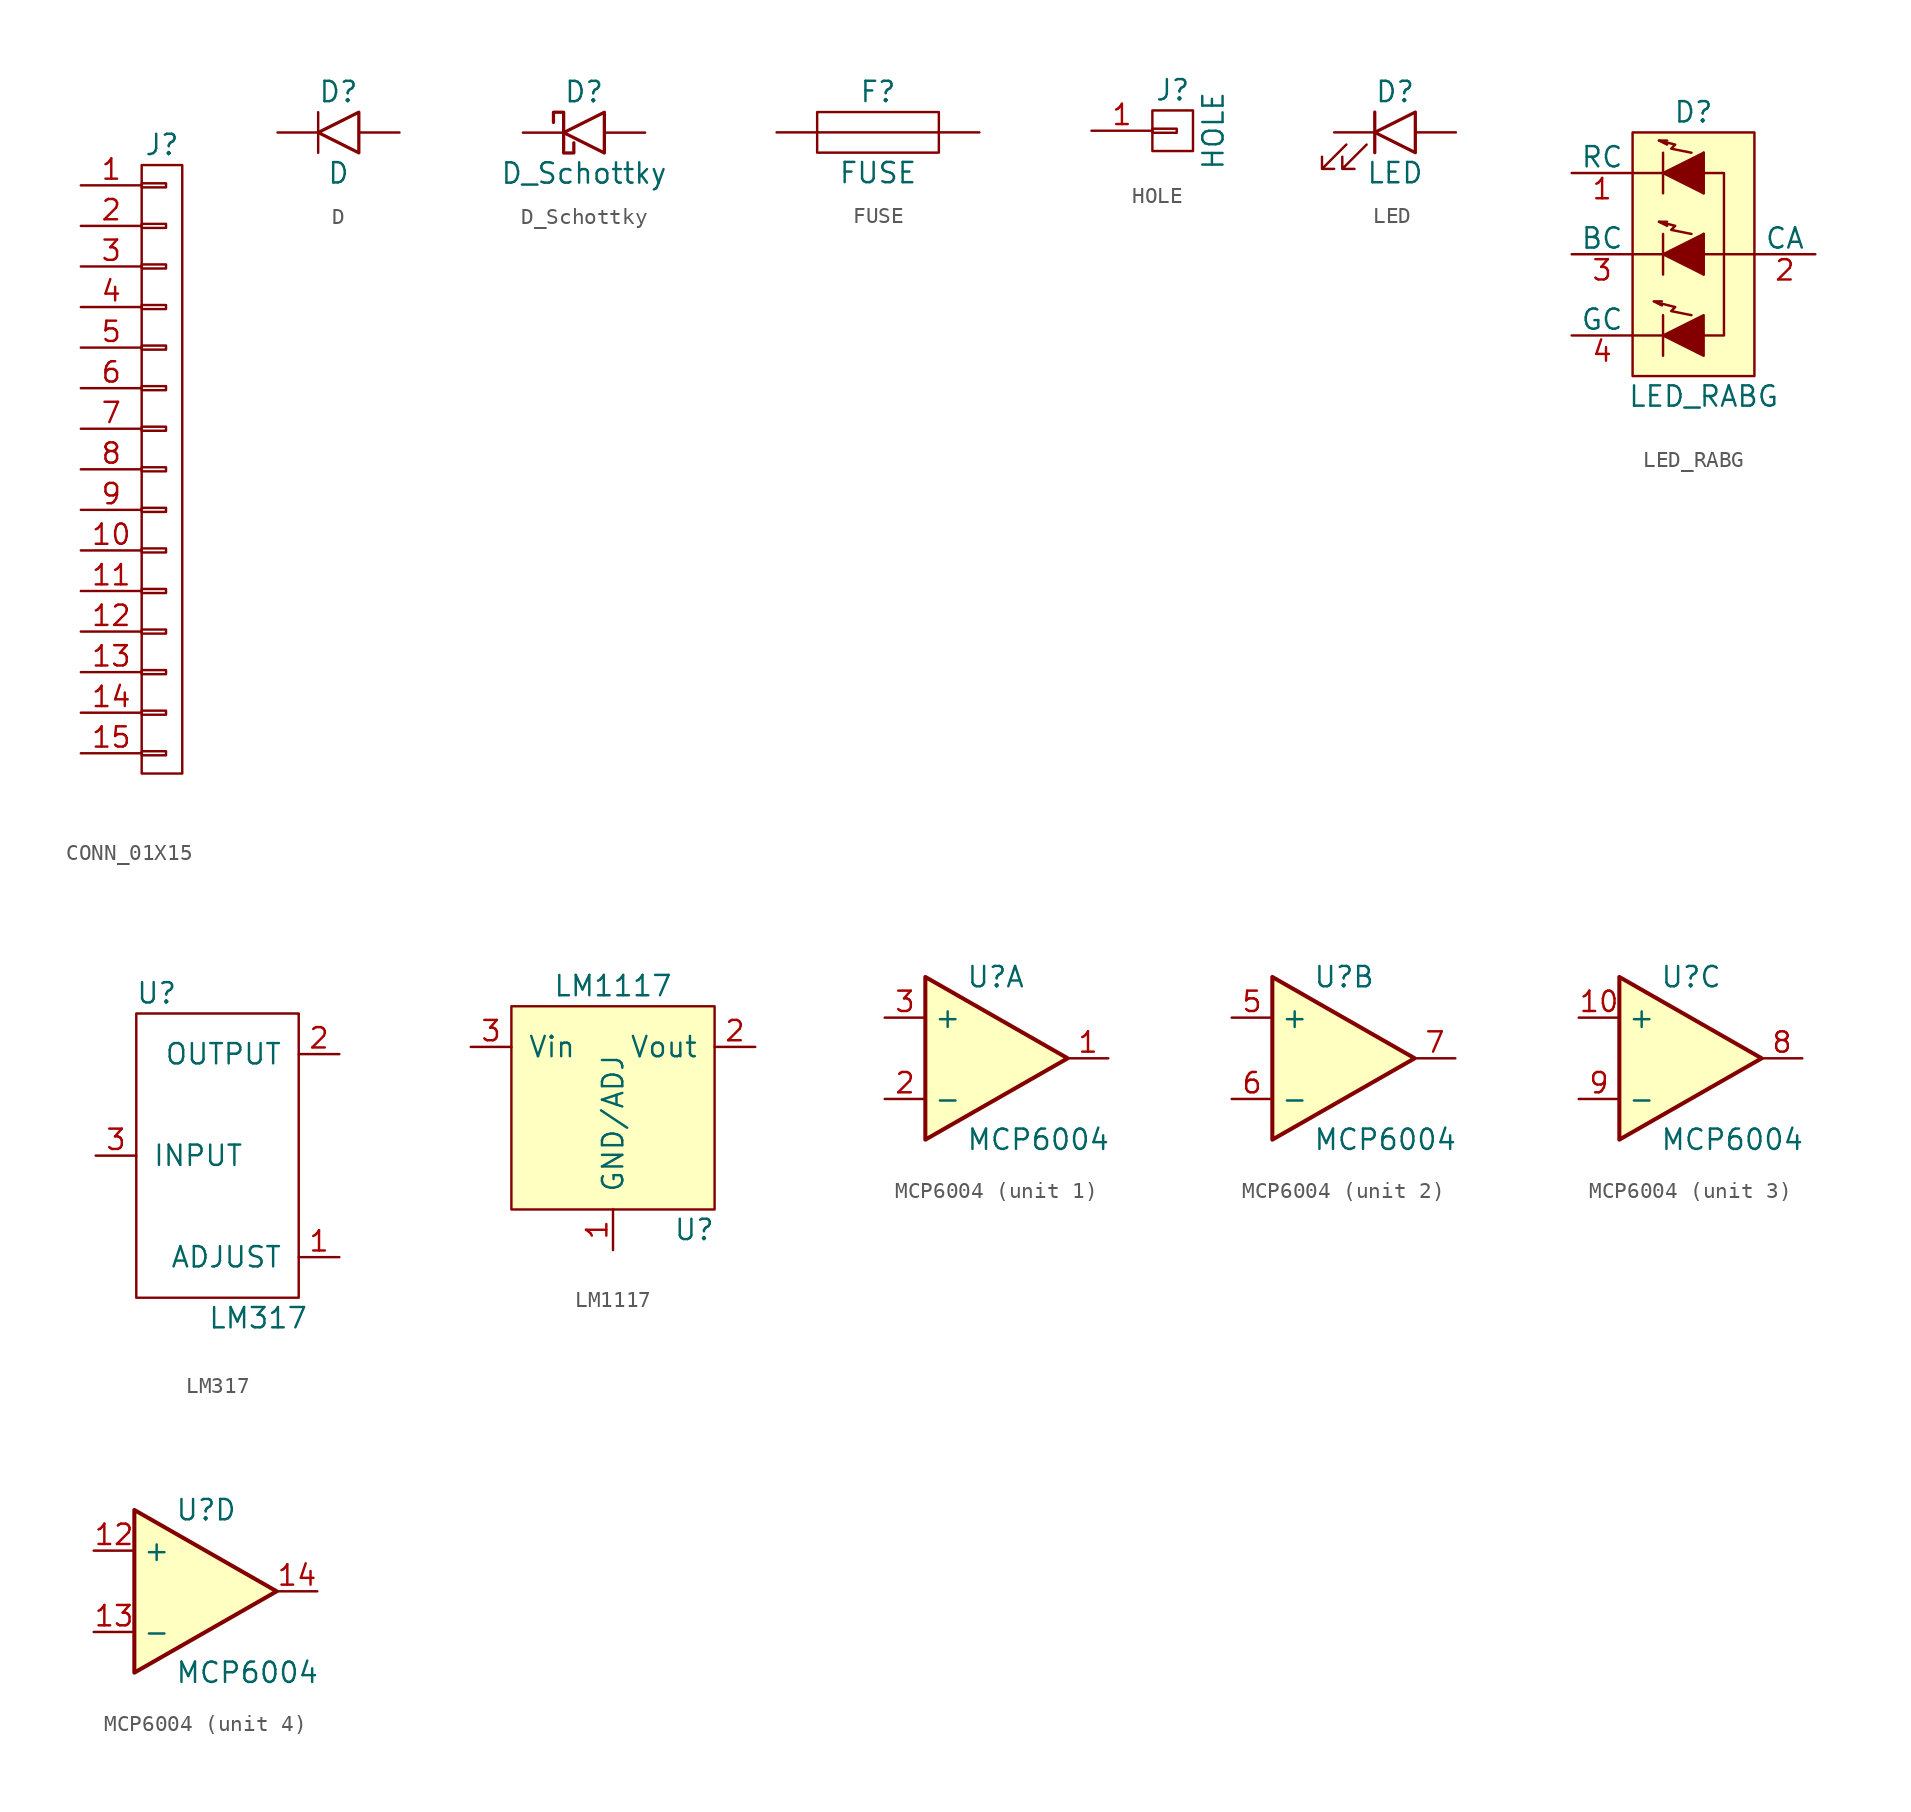
<source format=kicad_sym>
(kicad_symbol_lib
  (version 20211014)
  (generator kicad_symbol_editor)
  (symbol "CONN_01X15"
    (pin_names
      (offset 1.016) hide)
    (property "Reference" "J"
      (at 0 20.32 0)
      (effects (font (size 1.27 1.27))))
    (symbol "CONN_01X15_0_1"
      (rectangle (start -1.27 10.287) (end 0.254 10.033) (stroke (width 0) (type default) (color 0 0 0 0)) (fill (type none)))
      (rectangle (start -1.27 12.827) (end 0.254 12.573) (stroke (width 0) (type default) (color 0 0 0 0)) (fill (type none)))
      (rectangle (start -1.27 19.05) (end 1.27 -19.05) (stroke (width 0) (type default) (color 0 0 0 0)) (fill (type none))))
    (symbol "CONN_01X15_1_1"
      (rectangle (start -1.27 -17.653) (end 0.254 -17.907) (stroke (width 0) (type default) (color 0 0 0 0)) (fill (type none)))
      (rectangle (start -1.27 -15.113) (end 0.254 -15.367) (stroke (width 0) (type default) (color 0 0 0 0)) (fill (type none)))
      (rectangle (start -1.27 -12.573) (end 0.254 -12.827) (stroke (width 0) (type default) (color 0 0 0 0)) (fill (type none)))
      (rectangle (start -1.27 -10.033) (end 0.254 -10.287) (stroke (width 0) (type default) (color 0 0 0 0)) (fill (type none)))
      (rectangle (start -1.27 -7.493) (end 0.254 -7.747) (stroke (width 0) (type default) (color 0 0 0 0)) (fill (type none)))
      (rectangle (start -1.27 -4.953) (end 0.254 -5.207) (stroke (width 0) (type default) (color 0 0 0 0)) (fill (type none)))
      (rectangle (start -1.27 -2.413) (end 0.254 -2.667) (stroke (width 0) (type default) (color 0 0 0 0)) (fill (type none)))
      (rectangle (start -1.27 0.127) (end 0.254 -0.127) (stroke (width 0) (type default) (color 0 0 0 0)) (fill (type none)))
      (rectangle (start -1.27 2.667) (end 0.254 2.413) (stroke (width 0) (type default) (color 0 0 0 0)) (fill (type none)))
      (rectangle (start -1.27 5.207) (end 0.254 4.953) (stroke (width 0) (type default) (color 0 0 0 0)) (fill (type none)))
      (rectangle (start -1.27 7.747) (end 0.254 7.493) (stroke (width 0) (type default) (color 0 0 0 0)) (fill (type none)))
      (rectangle (start -1.27 15.367) (end 0.254 15.113) (stroke (width 0) (type default) (color 0 0 0 0)) (fill (type none)))
      (rectangle (start -1.27 17.907) (end 0.254 17.653) (stroke (width 0) (type default) (color 0 0 0 0)) (fill (type none)))
      (pin passive line (at -5.08 17.78 0) (length 3.81) (name "P1" (effects (font (size 1.27 1.27)))) (number "1" (effects (font (size 1.27 1.27)))))
      (pin passive line (at -5.08 -5.08 0) (length 3.81) (name "~" (effects (font (size 1.27 1.27)))) (number "10" (effects (font (size 1.27 1.27)))))
      (pin passive line (at -5.08 -7.62 0) (length 3.81) (name "~" (effects (font (size 1.27 1.27)))) (number "11" (effects (font (size 1.27 1.27)))))
      (pin passive line (at -5.08 -10.16 0) (length 3.81) (name "~" (effects (font (size 1.27 1.27)))) (number "12" (effects (font (size 1.27 1.27)))))
      (pin passive line (at -5.08 -12.7 0) (length 3.81) (name "~" (effects (font (size 1.27 1.27)))) (number "13" (effects (font (size 1.27 1.27)))))
      (pin passive line (at -5.08 -15.24 0) (length 3.81) (name "~" (effects (font (size 1.27 1.27)))) (number "14" (effects (font (size 1.27 1.27)))))
      (pin passive line (at -5.08 -17.78 0) (length 3.81) (name "~" (effects (font (size 1.27 1.27)))) (number "15" (effects (font (size 1.27 1.27)))))
      (pin passive line (at -5.08 15.24 0) (length 3.81) (name "P2" (effects (font (size 1.27 1.27)))) (number "2" (effects (font (size 1.27 1.27)))))
      (pin passive line (at -5.08 12.7 0) (length 3.81) (name "~" (effects (font (size 1.27 1.27)))) (number "3" (effects (font (size 1.27 1.27)))))
      (pin passive line (at -5.08 10.16 0) (length 3.81) (name "~" (effects (font (size 1.27 1.27)))) (number "4" (effects (font (size 1.27 1.27)))))
      (pin passive line (at -5.08 7.62 0) (length 3.81) (name "~" (effects (font (size 1.27 1.27)))) (number "5" (effects (font (size 1.27 1.27)))))
      (pin passive line (at -5.08 5.08 0) (length 3.81) (name "~" (effects (font (size 1.27 1.27)))) (number "6" (effects (font (size 1.27 1.27)))))
      (pin passive line (at -5.08 2.54 0) (length 3.81) (name "~" (effects (font (size 1.27 1.27)))) (number "7" (effects (font (size 1.27 1.27)))))
      (pin passive line (at -5.08 0 0) (length 3.81) (name "~" (effects (font (size 1.27 1.27)))) (number "8" (effects (font (size 1.27 1.27)))))
      (pin passive line (at -5.08 -2.54 0) (length 3.81) (name "~" (effects (font (size 1.27 1.27)))) (number "9" (effects (font (size 1.27 1.27)))))))
  (symbol "D"
    (pin_numbers hide)
    (pin_names
      (offset 1.016) hide)
    (property "Reference" "D"
      (at 0 2.54 0)
      (effects (font (size 1.27 1.27))))
    (property "Value" "D"
      (at 0 -2.54 0)
      (effects (font (size 1.27 1.27))))
    (symbol "D_0_1"
      (polyline (pts (xy -1.27 1.27) (xy -1.27 -1.27)) (stroke (width 0) (type default) (color 0 0 0 0)) (fill (type none)))
      (polyline (pts (xy 1.27 1.27) (xy 1.27 -1.27) (xy -1.27 0) (xy 1.27 1.27)) (stroke (width 0.203) (type default) (color 0 0 0 0)) (fill (type none))))
    (symbol "D_1_1"
      (pin passive line (at -3.81 0 0) (length 2.54) (name "K" (effects (font (size 1.27 1.27)))) (number "1" (effects (font (size 1.27 1.27)))))
      (pin passive line (at 3.81 0 180) (length 2.54) (name "A" (effects (font (size 1.27 1.27)))) (number "2" (effects (font (size 1.27 1.27)))))))
  (symbol "D_Schottky"
    (pin_numbers hide)
    (pin_names
      (offset 1.016) hide)
    (property "Reference" "D"
      (at 0 2.54 0)
      (effects (font (size 1.27 1.27))))
    (property "Value" "D_Schottky"
      (at 0 -2.54 0)
      (effects (font (size 1.27 1.27))))
    (symbol "D_Schottky_0_1"
      (polyline (pts (xy 1.27 1.27) (xy 1.27 -1.27) (xy -1.27 0) (xy 1.27 1.27)) (stroke (width 0.203) (type default) (color 0 0 0 0)) (fill (type none)))
      (polyline (pts (xy -1.905 0.635) (xy -1.905 1.27) (xy -1.27 1.27) (xy -1.27 -1.27) (xy -0.635 -1.27) (xy -0.635 -0.635)) (stroke (width 0.203) (type default) (color 0 0 0 0)) (fill (type none))))
    (symbol "D_Schottky_1_1"
      (pin passive line (at -3.81 0 0) (length 2.54) (name "K" (effects (font (size 1.27 1.27)))) (number "1" (effects (font (size 1.27 1.27)))))
      (pin passive line (at 3.81 0 180) (length 2.54) (name "A" (effects (font (size 1.27 1.27)))) (number "2" (effects (font (size 1.27 1.27)))))))
  (symbol "FUSE"
    (pin_numbers hide)
    (pin_names hide)
    (property "Reference" "F"
      (at 0 2.54 0)
      (effects (font (size 1.27 1.27))))
    (property "Value" "FUSE"
      (at 0 -2.54 0)
      (effects (font (size 1.27 1.27))))
    (symbol "FUSE_0_1"
      (rectangle (start -3.81 1.27) (end 3.81 -1.27) (stroke (width 0) (type default) (color 0 0 0 0)) (fill (type none)))
      (polyline (pts (xy -3.81 0) (xy 3.81 0)) (stroke (width 0) (type default) (color 0 0 0 0)) (fill (type none))))
    (symbol "FUSE_1_1"
      (pin passive line (at -6.35 0 0) (length 2.54) (name "" (effects (font (size 1.27 1.27)))) (number "1" (effects (font (size 1.27 1.27)))))
      (pin passive line (at 6.35 0 180) (length 2.54) (name "" (effects (font (size 1.27 1.27)))) (number "2" (effects (font (size 1.27 1.27)))))))
  (symbol "HOLE"
    (pin_names
      (offset 1.016) hide)
    (property "Reference" "J"
      (at 0 2.54 0)
      (effects (font (size 1.27 1.27))))
    (property "Value" "HOLE"
      (at 2.54 0 90)
      (effects (font (size 1.27 1.27))))
    (symbol "HOLE_0_1"
      (rectangle (start -1.27 0.127) (end 0.254 -0.127) (stroke (width 0) (type default) (color 0 0 0 0)) (fill (type none)))
      (rectangle (start -1.27 1.27) (end 1.27 -1.27) (stroke (width 0) (type default) (color 0 0 0 0)) (fill (type none))))
    (symbol "HOLE_1_1"
      (pin passive line (at -5.08 0 0) (length 3.81) (name "P1" (effects (font (size 1.27 1.27)))) (number "1" (effects (font (size 1.27 1.27)))))))
  (symbol "LED"
    (pin_numbers hide)
    (pin_names
      (offset 1.016) hide)
    (property "Reference" "D"
      (at 0 2.54 0)
      (effects (font (size 1.27 1.27))))
    (property "Value" "LED"
      (at 0 -2.54 0)
      (effects (font (size 1.27 1.27))))
    (symbol "LED_0_1"
      (polyline (pts (xy -1.27 -1.27) (xy -1.27 1.27)) (stroke (width 0.203) (type default) (color 0 0 0 0)) (fill (type none)))
      (polyline (pts (xy 1.27 -1.27) (xy 1.27 1.27) (xy -1.27 0) (xy 1.27 -1.27)) (stroke (width 0.203) (type default) (color 0 0 0 0)) (fill (type none)))
      (polyline (pts (xy -3.048 -0.762) (xy -4.572 -2.286) (xy -3.81 -2.286) (xy -4.572 -2.286) (xy -4.572 -1.524)) (stroke (width 0) (type default) (color 0 0 0 0)) (fill (type none)))
      (polyline (pts (xy -1.778 -0.762) (xy -3.302 -2.286) (xy -2.54 -2.286) (xy -3.302 -2.286) (xy -3.302 -1.524)) (stroke (width 0) (type default) (color 0 0 0 0)) (fill (type none))))
    (symbol "LED_1_1"
      (pin passive line (at -3.81 0 0) (length 2.54) (name "K" (effects (font (size 1.27 1.27)))) (number "1" (effects (font (size 1.27 1.27)))))
      (pin passive line (at 3.81 0 180) (length 2.54) (name "A" (effects (font (size 1.27 1.27)))) (number "2" (effects (font (size 1.27 1.27)))))))
  (symbol "LED_RABG"
    (pin_names
      (offset 0))
    (property "Reference" "D"
      (at 0 8.89 0)
      (effects (font (size 1.27 1.27))))
    (property "Value" "LED_RABG"
      (at 0.635 -8.89 0)
      (effects (font (size 1.27 1.27))))
    (property "Footprint" ""
      (at -1.27 -1.27 0)
      (effects (font (size 1.27 1.27))))
    (property "Datasheet" ""
      (at -1.27 -1.27 0)
      (effects (font (size 1.27 1.27))))
    (symbol "LED_RABG_0_1"
      (polyline (pts (xy -1.905 -5.08) (xy -3.81 -5.08)) (stroke (width 0) (type default) (color 0 0 0 0)) (fill (type none)))
      (polyline (pts (xy -1.905 -3.81) (xy -1.905 -6.35)) (stroke (width 0) (type default) (color 0 0 0 0)) (fill (type none)))
      (polyline (pts (xy -1.905 0) (xy -3.81 0)) (stroke (width 0) (type default) (color 0 0 0 0)) (fill (type none)))
      (polyline (pts (xy -1.905 5.08) (xy -3.81 5.08)) (stroke (width 0) (type default) (color 0 0 0 0)) (fill (type none)))
      (polyline (pts (xy 0.635 0) (xy 3.81 0)) (stroke (width 0) (type default) (color 0 0 0 0)) (fill (type none)))
      (polyline (pts (xy -1.905 1.27) (xy -1.905 -1.27) (xy -1.905 -1.27)) (stroke (width 0) (type default) (color 0 0 0 0)) (fill (type none)))
      (polyline (pts (xy -1.905 6.35) (xy -1.905 3.81) (xy -1.905 3.81)) (stroke (width 0) (type default) (color 0 0 0 0)) (fill (type none)))
      (polyline (pts (xy -1.981 -2.946) (xy -2.489 -2.946) (xy -1.981 -3.2) (xy -1.981 -3.2)) (stroke (width 0) (type default) (color 0 0 0 0)) (fill (type none)))
      (polyline (pts (xy -1.651 2.032) (xy -2.159 2.032) (xy -1.651 1.778) (xy -1.651 1.778)) (stroke (width 0) (type default) (color 0 0 0 0)) (fill (type none)))
      (polyline (pts (xy -1.651 7.112) (xy -2.159 7.112) (xy -1.651 6.858) (xy -1.651 6.858)) (stroke (width 0) (type default) (color 0 0 0 0)) (fill (type none)))
      (polyline (pts (xy 0.635 5.08) (xy 1.905 5.08) (xy 1.905 -5.08) (xy 0.635 -5.08)) (stroke (width 0) (type default) (color 0 0 0 0)) (fill (type none)))
      (polyline (pts (xy -0.127 -3.81) (xy -1.397 -3.556) (xy -1.143 -3.302) (xy -2.159 -3.048) (xy -2.159 -3.048)) (stroke (width 0) (type default) (color 0 0 0 0)) (fill (type none)))
      (polyline (pts (xy 0.635 -3.81) (xy 0.635 -6.35) (xy -1.905 -5.08) (xy 0.635 -3.81) (xy 0.635 -3.81)) (stroke (width 0) (type default) (color 0 0 0 0)) (fill (type outline)))
      (polyline (pts (xy -0.127 1.27) (xy -1.397 1.524) (xy -1.143 1.778) (xy -2.159 2.032) (xy -2.159 2.032) (xy -2.159 2.032)) (stroke (width 0) (type default) (color 0 0 0 0)) (fill (type none)))
      (polyline (pts (xy -0.127 6.35) (xy -1.397 6.604) (xy -1.143 6.858) (xy -2.159 7.112) (xy -2.159 7.112) (xy -2.159 7.112)) (stroke (width 0) (type default) (color 0 0 0 0)) (fill (type none)))
      (polyline (pts (xy 0.635 1.27) (xy 0.635 -1.27) (xy -1.905 0) (xy 0.635 1.27) (xy 0.635 1.27) (xy 0.635 1.27)) (stroke (width 0) (type default) (color 0 0 0 0)) (fill (type outline)))
      (polyline (pts (xy 0.635 6.35) (xy 0.635 3.81) (xy -1.905 5.08) (xy 0.635 6.35) (xy 0.635 6.35) (xy 0.635 6.35)) (stroke (width 0) (type default) (color 0 0 0 0)) (fill (type outline)))
      (rectangle (start 0.635 -1.27) (end 0.635 1.27) (stroke (width 0) (type default) (color 0 0 0 0)) (fill (type none)))
      (rectangle (start 0.635 1.27) (end 0.635 1.27) (stroke (width 0) (type default) (color 0 0 0 0)) (fill (type none)))
      (rectangle (start 0.635 3.81) (end 0.635 6.35) (stroke (width 0) (type default) (color 0 0 0 0)) (fill (type none)))
      (rectangle (start 0.635 6.35) (end 0.635 6.35) (stroke (width 0) (type default) (color 0 0 0 0)) (fill (type none)))
      (rectangle (start 3.81 7.62) (end -3.81 -7.62) (stroke (width 0) (type default) (color 0 0 0 0)) (fill (type background))))
    (symbol "LED_RABG_1_1"
      (pin passive line (at -7.62 5.08 0) (length 3.81) (name "RC" (effects (font (size 1.27 1.27)))) (number "1" (effects (font (size 1.27 1.27)))))
      (pin passive line (at 7.62 0 180) (length 3.81) (name "CA" (effects (font (size 1.27 1.27)))) (number "2" (effects (font (size 1.27 1.27)))))
      (pin passive line (at -7.62 0 0) (length 3.81) (name "BC" (effects (font (size 1.27 1.27)))) (number "3" (effects (font (size 1.27 1.27)))))
      (pin passive line (at -7.62 -5.08 0) (length 3.81) (name "GC" (effects (font (size 1.27 1.27)))) (number "4" (effects (font (size 1.27 1.27)))))))
  (symbol "LM317"
    (pin_names
      (offset 1.016))
    (property "Reference" "U"
      (at -3.81 10.16 0)
      (effects (font (size 1.27 1.27))))
    (property "Value" "LM317"
      (at 2.54 -10.16 0)
      (effects (font (size 1.27 1.27))))
    (symbol "LM317_0_1"
      (rectangle (start -5.08 8.89) (end 5.08 -8.89) (stroke (width 0) (type default) (color 0 0 0 0)) (fill (type none))))
    (symbol "LM317_1_1"
      (pin input line (at 7.62 -6.35 180) (length 2.54) (name "ADJUST" (effects (font (size 1.27 1.27)))) (number "1" (effects (font (size 1.27 1.27)))))
      (pin output line (at 7.62 6.35 180) (length 2.54) (name "OUTPUT" (effects (font (size 1.27 1.27)))) (number "2" (effects (font (size 1.27 1.27)))))
      (pin input line (at -7.62 0 0) (length 2.54) (name "INPUT" (effects (font (size 1.27 1.27)))) (number "3" (effects (font (size 1.27 1.27)))))))
  (symbol "LM1117"
    (pin_names
      (offset 1.016))
    (property "Reference" "U"
      (at 5.08 -7.62 0)
      (effects (font (size 1.27 1.27))))
    (property "Value" "LM1117"
      (at 0 7.62 0)
      (effects (font (size 1.27 1.27))))
    (symbol "LM1117_0_1"
      (rectangle (start -6.35 6.35) (end 6.35 -6.35) (stroke (width 0) (type default) (color 0 0 0 0)) (fill (type background))))
    (symbol "LM1117_1_1"
      (pin input line (at 0 -8.89 90) (length 2.54) (name "GND/ADJ" (effects (font (size 1.27 1.27)))) (number "1" (effects (font (size 1.27 1.27)))))
      (pin output line (at 8.89 3.81 180) (length 2.54) (name "Vout" (effects (font (size 1.27 1.27)))) (number "2" (effects (font (size 1.27 1.27)))))
      (pin input line (at -8.89 3.81 0) (length 2.54) (name "Vin" (effects (font (size 1.27 1.27)))) (number "3" (effects (font (size 1.27 1.27)))))))
  (symbol "MCP6004"
    (property "Reference" "U"
      (at -1.27 5.08 0)
      (effects (font (size 1.27 1.27)) (justify left)))
    (property "Value" "MCP6004"
      (at -1.27 -5.08 0)
      (effects (font (size 1.27 1.27)) (justify left)))
    (property "Footprint" ""
      (at -1.27 2.54 0)
      (effects (font (size 1.27 1.27))))
    (property "Datasheet" ""
      (at 1.27 5.08 0)
      (effects (font (size 1.27 1.27))))
    (symbol "MCP6004_0_1"
      (polyline (pts (xy -3.81 5.08) (xy 5.08 0) (xy -3.81 -5.08) (xy -3.81 5.08)) (stroke (width 0.254) (type default) (color 0 0 0 0)) (fill (type background)))
      (pin power_in line (at 0 -3.81 0) (length 3.81) hide (name "GND" (effects (font (size 1.27 1.27)))) (number "11" (effects (font (size 1.27 1.27)))))
      (pin power_in line (at 0 3.81 0) (length 3.81) hide (name "VCC" (effects (font (size 1.27 1.27)))) (number "4" (effects (font (size 1.27 1.27))))))
    (symbol "MCP6004_1_1"
      (pin output line (at 7.62 0 180) (length 2.54) (name "~" (effects (font (size 1.27 1.27)))) (number "1" (effects (font (size 1.27 1.27)))))
      (pin input line (at -6.35 -2.54 0) (length 2.54) (name "-" (effects (font (size 1.27 1.27)))) (number "2" (effects (font (size 1.27 1.27)))))
      (pin input line (at -6.35 2.54 0) (length 2.54) (name "+" (effects (font (size 1.27 1.27)))) (number "3" (effects (font (size 1.27 1.27))))))
    (symbol "MCP6004_2_1"
      (pin input line (at -6.35 2.54 0) (length 2.54) (name "+" (effects (font (size 1.27 1.27)))) (number "5" (effects (font (size 1.27 1.27)))))
      (pin input line (at -6.35 -2.54 0) (length 2.54) (name "-" (effects (font (size 1.27 1.27)))) (number "6" (effects (font (size 1.27 1.27)))))
      (pin output line (at 7.62 0 180) (length 2.54) (name "~" (effects (font (size 1.27 1.27)))) (number "7" (effects (font (size 1.27 1.27))))))
    (symbol "MCP6004_3_1"
      (pin input line (at -6.35 2.54 0) (length 2.54) (name "+" (effects (font (size 1.27 1.27)))) (number "10" (effects (font (size 1.27 1.27)))))
      (pin output line (at 7.62 0 180) (length 2.54) (name "~" (effects (font (size 1.27 1.27)))) (number "8" (effects (font (size 1.27 1.27)))))
      (pin input line (at -6.35 -2.54 0) (length 2.54) (name "-" (effects (font (size 1.27 1.27)))) (number "9" (effects (font (size 1.27 1.27))))))
    (symbol "MCP6004_4_1"
      (pin input line (at -6.35 2.54 0) (length 2.54) (name "+" (effects (font (size 1.27 1.27)))) (number "12" (effects (font (size 1.27 1.27)))))
      (pin input line (at -6.35 -2.54 0) (length 2.54) (name "-" (effects (font (size 1.27 1.27)))) (number "13" (effects (font (size 1.27 1.27)))))
      (pin output line (at 7.62 0 180) (length 2.54) (name "~" (effects (font (size 1.27 1.27)))) (number "14" (effects (font (size 1.27 1.27))))))))
</source>
